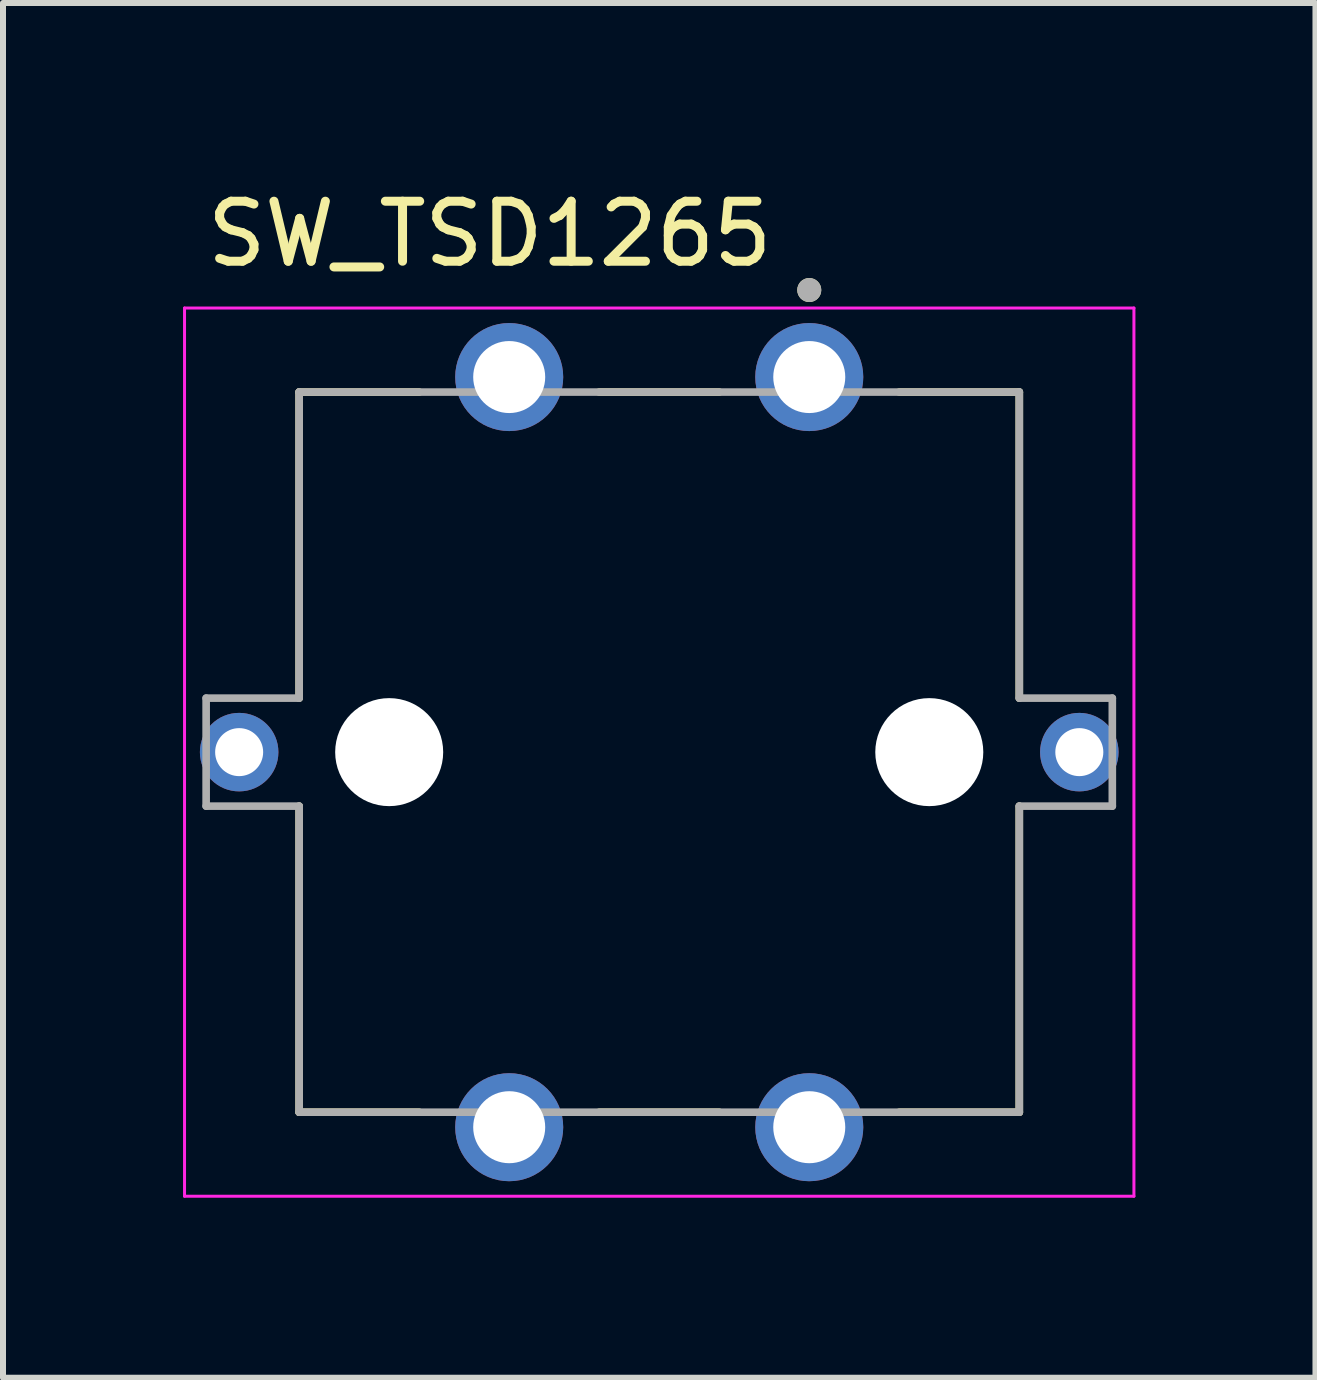
<source format=kicad_pcb>
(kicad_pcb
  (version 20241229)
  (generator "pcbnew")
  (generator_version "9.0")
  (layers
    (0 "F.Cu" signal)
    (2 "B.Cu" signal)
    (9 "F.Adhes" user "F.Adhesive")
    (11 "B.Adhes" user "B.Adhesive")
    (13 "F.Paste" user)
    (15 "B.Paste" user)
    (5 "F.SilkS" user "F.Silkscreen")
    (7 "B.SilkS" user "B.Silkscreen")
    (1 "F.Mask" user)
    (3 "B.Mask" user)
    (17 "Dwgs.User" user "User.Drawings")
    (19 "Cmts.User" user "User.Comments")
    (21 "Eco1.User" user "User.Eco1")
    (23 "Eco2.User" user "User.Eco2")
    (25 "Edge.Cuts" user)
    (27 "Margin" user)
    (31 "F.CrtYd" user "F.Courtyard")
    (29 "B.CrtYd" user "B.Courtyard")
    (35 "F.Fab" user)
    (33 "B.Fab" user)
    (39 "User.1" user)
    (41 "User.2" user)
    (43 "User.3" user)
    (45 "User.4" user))
  (footprint "SW_TSD1265"
    (layer "F.Cu")
    (at 7.935 9.483)
    (property "Reference" "SW_TSD1265" (at -2.825 -8.635 0) (layer "F.SilkS") (effects (font (size 1 1) (thickness 0.15))))
    (attr through_hole)
    (fp_line (start -6 -6) (end -6 -0.9) (stroke (width 0.127) (type solid)) (layer "F.SilkS"))
    (fp_line (start -6 0.9) (end -6 6) (stroke (width 0.127) (type solid)) (layer "F.SilkS"))
    (fp_line (start -6 6) (end -4 6) (stroke (width 0.127) (type solid)) (layer "F.SilkS"))
    (fp_line (start -4 -6) (end -6 -6) (stroke (width 0.127) (type solid)) (layer "F.SilkS"))
    (fp_line (start -1 6) (end 1 6) (stroke (width 0.127) (type solid)) (layer "F.SilkS"))
    (fp_line (start 1 -6) (end -1 -6) (stroke (width 0.127) (type solid)) (layer "F.SilkS"))
    (fp_line (start 4 6) (end 6 6) (stroke (width 0.127) (type solid)) (layer "F.SilkS"))
    (fp_line (start 6 -6) (end 4 -6) (stroke (width 0.127) (type solid)) (layer "F.SilkS"))
    (fp_line (start 6 -0.9) (end 6 -6) (stroke (width 0.127) (type solid)) (layer "F.SilkS"))
    (fp_line (start 6 6) (end 6 0.9) (stroke (width 0.127) (type solid)) (layer "F.SilkS"))
    (fp_circle (center 2.5 -7.7) (end 2.6 -7.7) (stroke (width 0.2) (type solid)) (fill no) (layer "F.SilkS"))
    (fp_line (start -7.91 -7.4) (end 7.91 -7.4) (stroke (width 0.05) (type solid)) (layer "F.CrtYd"))
    (fp_line (start -7.91 7.4) (end -7.91 -7.4) (stroke (width 0.05) (type solid)) (layer "F.CrtYd"))
    (fp_line (start 7.91 -7.4) (end 7.91 7.4) (stroke (width 0.05) (type solid)) (layer "F.CrtYd"))
    (fp_line (start 7.91 7.4) (end -7.91 7.4) (stroke (width 0.05) (type solid)) (layer "F.CrtYd"))
    (fp_line (start -7.55 -0.9) (end -6 -0.9) (stroke (width 0.127) (type solid)) (layer "F.Fab"))
    (fp_line (start -7.55 0.9) (end -7.55 -0.9) (stroke (width 0.127) (type solid)) (layer "F.Fab"))
    (fp_line (start -6 -6) (end 6 -6) (stroke (width 0.127) (type solid)) (layer "F.Fab"))
    (fp_line (start -6 -0.9) (end -6 -6) (stroke (width 0.127) (type solid)) (layer "F.Fab"))
    (fp_line (start -6 0.9) (end -7.55 0.9) (stroke (width 0.127) (type solid)) (layer "F.Fab"))
    (fp_line (start -6 6) (end -6 0.9) (stroke (width 0.127) (type solid)) (layer "F.Fab"))
    (fp_line (start 6 -6) (end 6 -0.9) (stroke (width 0.127) (type solid)) (layer "F.Fab"))
    (fp_line (start 6 -0.9) (end 7.55 -0.9) (stroke (width 0.127) (type solid)) (layer "F.Fab"))
    (fp_line (start 6 0.9) (end 6 6) (stroke (width 0.127) (type solid)) (layer "F.Fab"))
    (fp_line (start 6 6) (end -6 6) (stroke (width 0.127) (type solid)) (layer "F.Fab"))
    (fp_line (start 7.55 -0.9) (end 7.55 0.9) (stroke (width 0.127) (type solid)) (layer "F.Fab"))
    (fp_line (start 7.55 0.9) (end 6 0.9) (stroke (width 0.127) (type solid)) (layer "F.Fab"))
    (fp_circle (center 2.5 -7.7) (end 2.6 -7.7) (stroke (width 0.2) (type solid)) (fill no) (layer "F.Fab"))
    (pad "" np_thru_hole circle (at -4.5 0) (size 1.8 1.8) (drill 1.8) (layers "*.Cu" "*.Mask"))
    (pad "" np_thru_hole circle (at 4.5 0) (size 1.8 1.8) (drill 1.8) (layers "*.Cu" "*.Mask"))
    (pad "A" thru_hole circle (at -2.5 -6.25) (size 1.8 1.8) (drill 1.2) (layers "*.Cu" "*.Mask"))
    (pad "B" thru_hole circle (at 2.5 -6.25) (size 1.8 1.8) (drill 1.2) (layers "*.Cu" "*.Mask"))
    (pad "C" thru_hole circle (at -2.5 6.25) (size 1.8 1.8) (drill 1.2) (layers "*.Cu" "*.Mask"))
    (pad "D" thru_hole circle (at 2.5 6.25) (size 1.8 1.8) (drill 1.2) (layers "*.Cu" "*.Mask"))
    (pad "E" thru_hole circle (at -7 0) (size 1.308 1.308) (drill 0.8) (layers "*.Cu" "*.Mask"))
    (pad "F" thru_hole circle (at 7 0) (size 1.308 1.308) (drill 0.8) (layers "*.Cu" "*.Mask")))
  (gr_rect
    (start -3 -3)
    (end 18.87 19.908)
    (stroke (width 0.1) (type default))
    (fill no)
    (layer "Edge.Cuts")))
</source>
